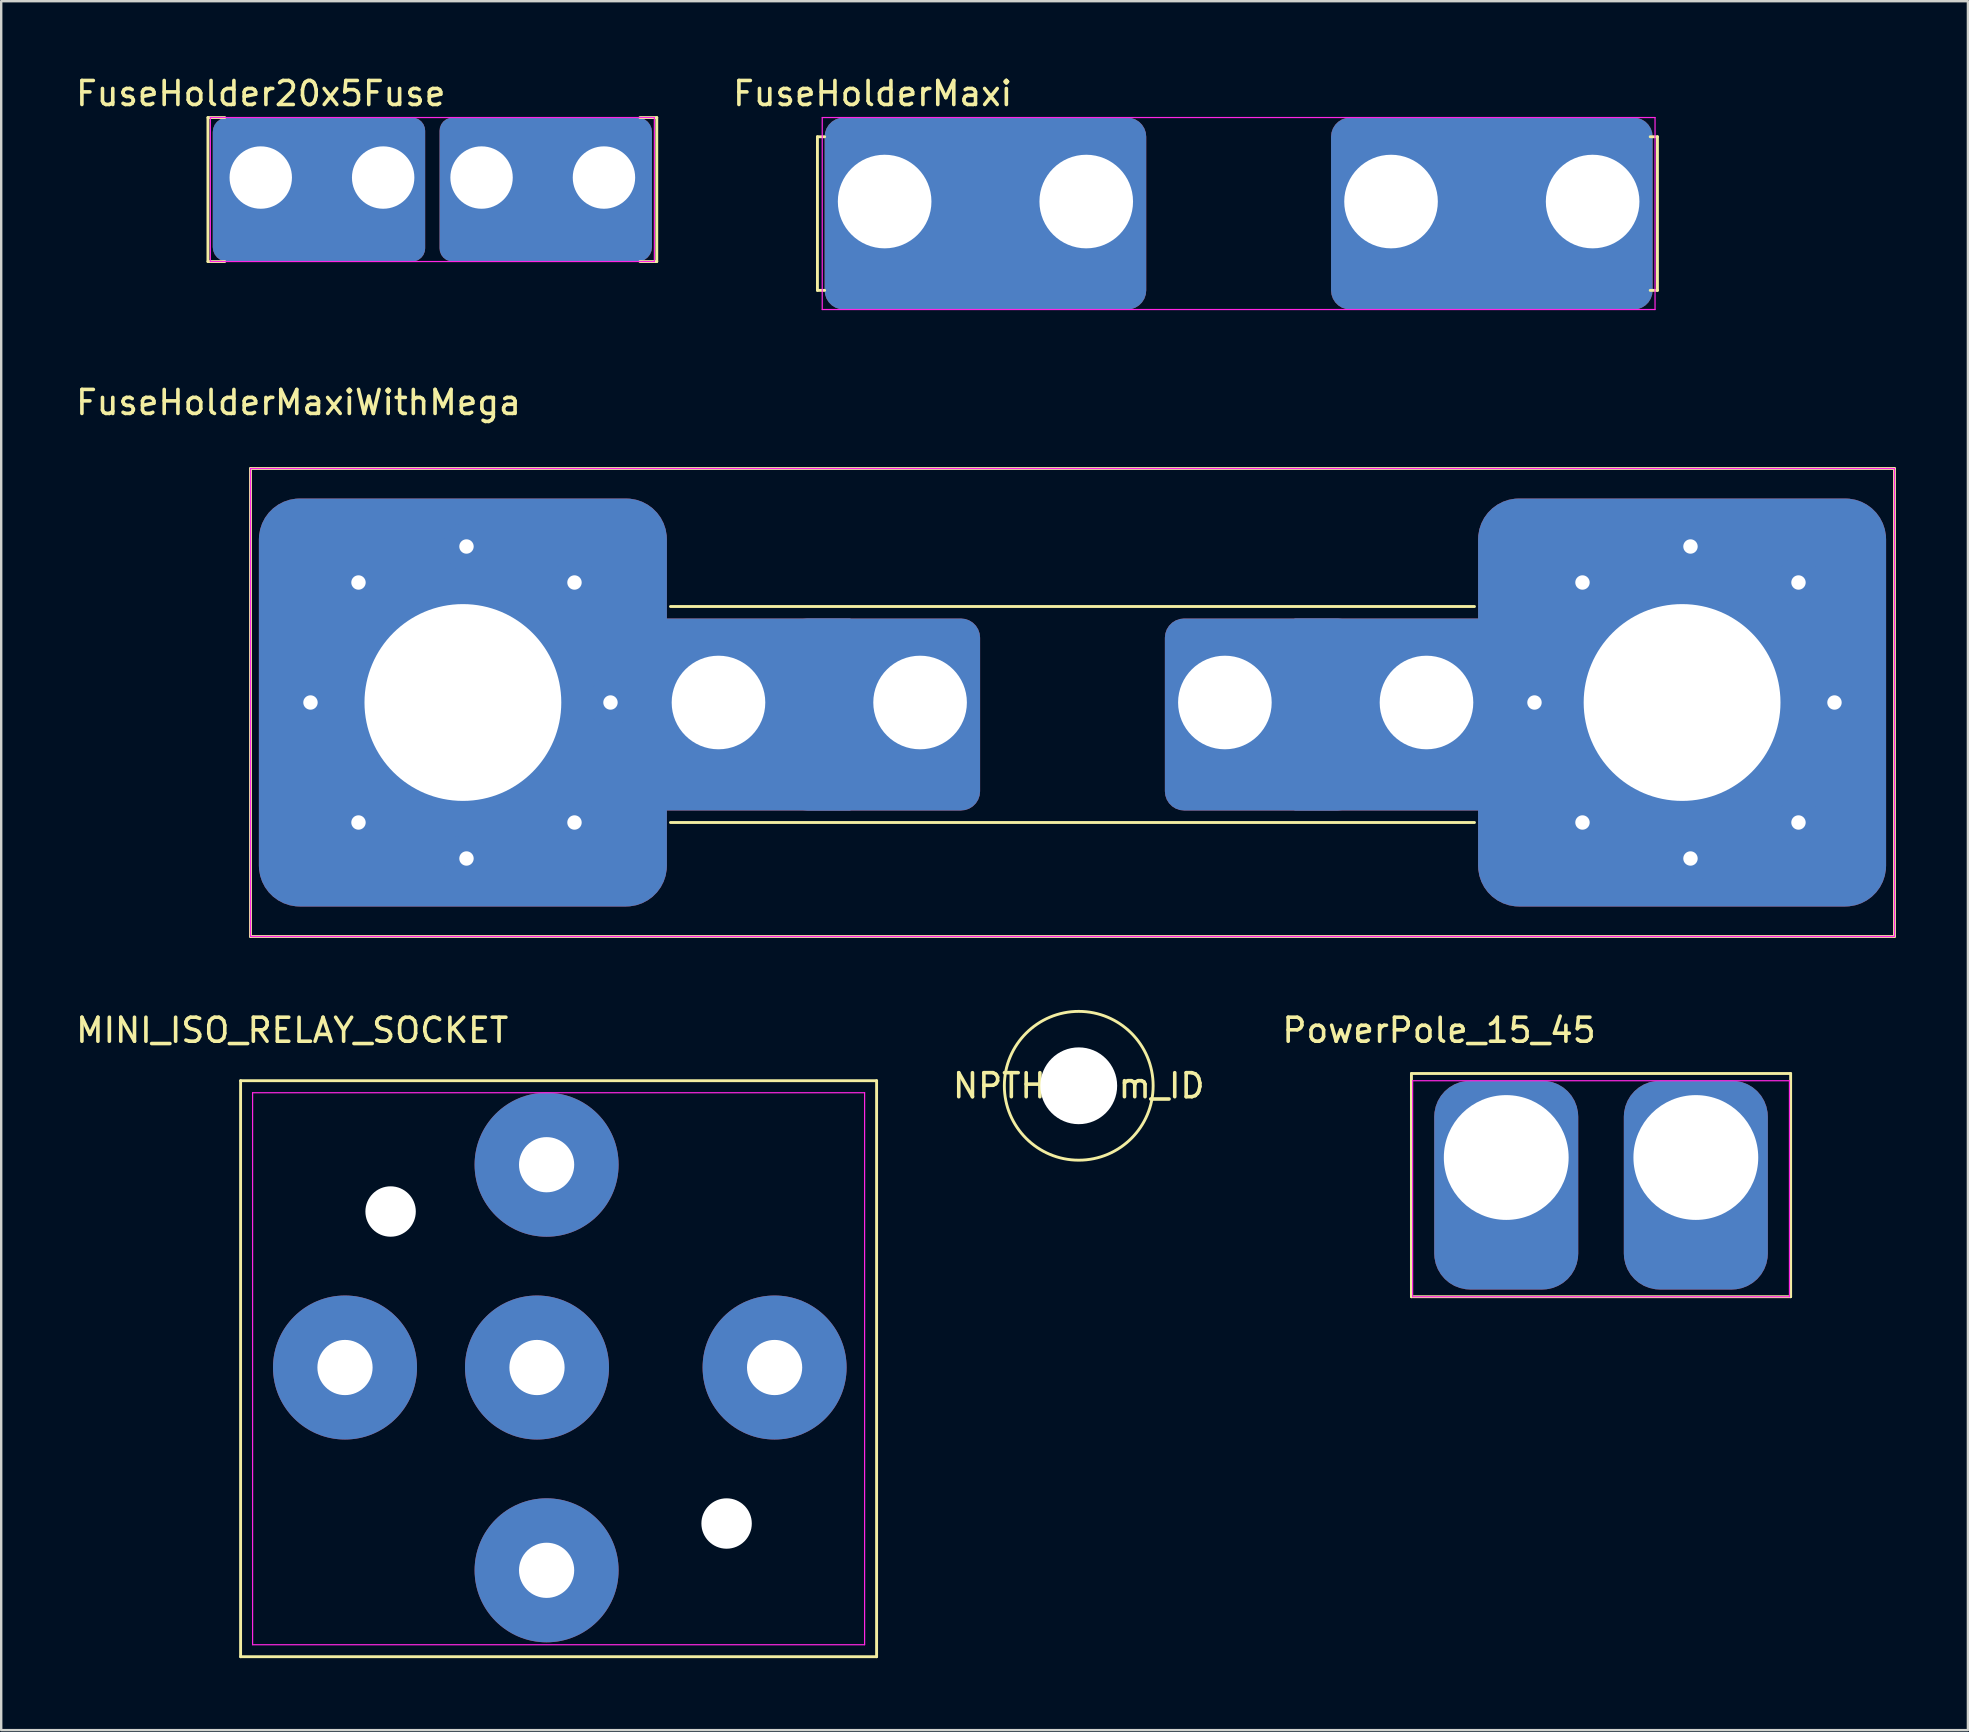
<source format=kicad_pcb>
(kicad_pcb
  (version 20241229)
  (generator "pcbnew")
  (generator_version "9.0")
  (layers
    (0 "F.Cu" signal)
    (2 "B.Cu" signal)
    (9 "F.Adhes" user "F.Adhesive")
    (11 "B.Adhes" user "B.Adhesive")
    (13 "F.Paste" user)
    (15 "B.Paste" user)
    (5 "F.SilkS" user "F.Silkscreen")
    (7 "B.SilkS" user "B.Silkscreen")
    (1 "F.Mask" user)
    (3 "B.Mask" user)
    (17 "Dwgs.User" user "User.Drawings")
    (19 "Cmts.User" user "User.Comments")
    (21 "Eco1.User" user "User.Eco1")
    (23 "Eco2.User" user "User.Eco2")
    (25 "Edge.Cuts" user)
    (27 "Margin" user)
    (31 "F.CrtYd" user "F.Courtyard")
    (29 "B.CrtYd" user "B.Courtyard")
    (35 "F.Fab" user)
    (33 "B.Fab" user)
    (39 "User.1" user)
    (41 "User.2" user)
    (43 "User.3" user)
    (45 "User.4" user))
  (footprint "FuseHolder20x5Fuse"
    (layer "F.Cu")
    (at 7.815 4.348)
    (property "Reference" "FuseHolder20x5Fuse" (at 0 -3.5 0) (layer "F.SilkS") (effects (font (size 1 1) (thickness 0.15))))
    (attr through_hole)
    (fp_line (start -2.2 -2.5) (end -1.5 -2.5) (stroke (width 0.12) (type solid)) (layer "F.SilkS"))
    (fp_line (start -2.2 3.5) (end -2.2 -2.5) (stroke (width 0.12) (type solid)) (layer "F.SilkS"))
    (fp_line (start -1.5 3.5) (end -2.2 3.5) (stroke (width 0.12) (type solid)) (layer "F.SilkS"))
    (fp_line (start 15.8 -2.5) (end 16.5 -2.5) (stroke (width 0.12) (type solid)) (layer "F.SilkS"))
    (fp_line (start 15.8 3.5) (end 16.5 3.5) (stroke (width 0.12) (type solid)) (layer "F.SilkS"))
    (fp_line (start 16.5 -2.5) (end 16.5 3.5) (stroke (width 0.12) (type solid)) (layer "F.SilkS"))
    (fp_line (start -2.1 -2.5) (end 16.4 -2.5) (stroke (width 0.05) (type solid)) (layer "F.CrtYd"))
    (fp_line (start -2.1 3.5) (end -2.1 -2.5) (stroke (width 0.05) (type solid)) (layer "F.CrtYd"))
    (fp_line (start 16.4 -2.5) (end 16.4 3.5) (stroke (width 0.05) (type solid)) (layer "F.CrtYd"))
    (fp_line (start 16.4 3.5) (end -2.1 3.5) (stroke (width 0.05) (type solid)) (layer "F.CrtYd"))
    (pad "1" thru_hole roundrect (at 0 0) (size 6 6) (drill 2.6 (offset 1 0.5)) (layers "*.Cu" "*.Mask") (roundrect_rratio 0.1))
    (pad "1" thru_hole roundrect (at 5.1 0) (size 5.5 6) (drill 2.6 (offset -1 0.5)) (layers "*.Cu" "*.Mask") (roundrect_rratio 0.1))
    (pad "2" thru_hole roundrect (at 9.2 0) (size 5.5 6) (drill 2.6 (offset 1 0.5)) (layers "*.Cu" "*.Mask") (roundrect_rratio 0.1))
    (pad "2" thru_hole roundrect (at 14.3 0) (size 6 6) (drill 2.6 (offset -1 0.5)) (layers "*.Cu" "*.Mask") (roundrect_rratio 0.1)))
  (footprint "NPTH_3mm_ID"
    (layer "F.Cu")
    (at 41.898 42.191)
    (property "Reference" "NPTH_3mm_ID" (at 0 0 0) (layer "F.SilkS") (effects (font (size 1 1) (thickness 0.15))))
    (attr through_hole)
    (fp_circle (center 0 0) (end 0 -3.1) (stroke (width 0.12) (type solid)) (fill no) (layer "F.SilkS"))
    (pad "" np_thru_hole circle (at 0 0) (size 3.2 3.2) (drill 3.2) (layers "*.Cu" "*.Mask")))
  (footprint "MINI_ISO_RELAY_SOCKET"
    (layer "F.Cu")
    (at 19.725 45.48)
    (property "Reference" "MINI_ISO_RELAY_SOCKET" (at -10.6 -5.6 0) (layer "F.SilkS") (effects (font (size 1 1) (thickness 0.15))))
    (attr through_hole)
    (fp_line (start -12.75 -3.5) (end -12.75 20.5) (stroke (width 0.12) (type solid)) (layer "F.SilkS"))
    (fp_line (start -12.75 -3.5) (end 13.75 -3.5) (stroke (width 0.12) (type solid)) (layer "F.SilkS"))
    (fp_line (start -12.75 20.5) (end 13.75 20.5) (stroke (width 0.12) (type solid)) (layer "F.SilkS"))
    (fp_line (start 13.75 -3.5) (end 13.75 20.5) (stroke (width 0.12) (type solid)) (layer "F.SilkS"))
    (fp_line (start -12.25 -3) (end 13.25 -3) (stroke (width 0.05) (type solid)) (layer "F.CrtYd"))
    (fp_line (start -12.25 20) (end -12.25 -3) (stroke (width 0.05) (type solid)) (layer "F.CrtYd"))
    (fp_line (start 13.25 -3) (end 13.25 20) (stroke (width 0.05) (type solid)) (layer "F.CrtYd"))
    (fp_line (start 13.25 20) (end -12.25 20) (stroke (width 0.05) (type solid)) (layer "F.CrtYd"))
    (pad "" np_thru_hole circle (at -6.5 1.95) (size 2.1 2.1) (drill 2.1) (layers "*.Cu" "*.Mask"))
    (pad "" np_thru_hole circle (at 7.5 14.95) (size 2.1 2.1) (drill 2.1) (layers "*.Cu" "*.Mask"))
    (pad "30" thru_hole circle (at 9.5 8.45) (size 6 6) (drill 2.3) (layers "*.Cu" "*.Mask"))
    (pad "85" thru_hole circle (at 0 16.9) (size 6 6) (drill 2.3) (layers "*.Cu" "*.Mask"))
    (pad "86" thru_hole circle (at 0 0) (size 6 6) (drill 2.3) (layers "*.Cu" "*.Mask"))
    (pad "87" thru_hole circle (at -8.4 8.45) (size 6 6) (drill 2.3) (layers "*.Cu" "*.Mask"))
    (pad "87a" thru_hole circle (at -0.4 8.45) (size 6 6) (drill 2.3) (layers "*.Cu" "*.Mask")))
  (footprint "PowerPole_15_45"
    (layer "F.Cu")
    (at 59.71 45.18)
    (property "Reference" "PowerPole_15_45" (at -2.8 -5.3 0) (layer "F.SilkS") (effects (font (size 1 1) (thickness 0.15))))
    (attr through_hole)
    (fp_line (start -3.95 -3.5) (end 11.85 -3.5) (stroke (width 0.12) (type solid)) (layer "F.SilkS"))
    (fp_line (start -3.95 5.8) (end -3.95 -3.5) (stroke (width 0.12) (type solid)) (layer "F.SilkS"))
    (fp_line (start 11.85 -3.5) (end 11.85 5.8) (stroke (width 0.12) (type solid)) (layer "F.SilkS"))
    (fp_line (start 11.85 5.8) (end -3.95 5.8) (stroke (width 0.12) (type solid)) (layer "F.SilkS"))
    (fp_line (start -3.9 -3.2) (end 11.8 -3.2) (stroke (width 0.05) (type solid)) (layer "F.CrtYd"))
    (fp_line (start -3.9 5.8) (end -3.9 -3.2) (stroke (width 0.05) (type solid)) (layer "F.CrtYd"))
    (fp_line (start 11.8 -3.2) (end 11.8 5.8) (stroke (width 0.05) (type solid)) (layer "F.CrtYd"))
    (fp_line (start 11.8 5.8) (end -3.9 5.8) (stroke (width 0.05) (type solid)) (layer "F.CrtYd"))
    (pad "1" thru_hole roundrect (at 0 0) (size 6 8.7) (drill 5.2 (offset 0 1.15)) (layers "*.Cu" "*.Mask") (roundrect_rratio 0.25))
    (pad "2" thru_hole roundrect (at 7.9 0) (size 6 8.7) (drill 5.2 (offset 0 1.15)) (layers "*.Cu" "*.Mask") (roundrect_rratio 0.25)))
  (footprint "FuseHolderMaxiWithMega"
    (layer "F.Cu")
    (at 26.887 26.221)
    (property "Reference" "FuseHolderMaxiWithMega" (at -17.5 -12.5 0) (layer "F.SilkS") (effects (font (size 1 1) (thickness 0.15))))
    (attr through_hole)
    (fp_line (start -19.5 -9.75) (end 49 -9.75) (stroke (width 0.12) (type solid)) (layer "F.SilkS"))
    (fp_line (start -19.5 9.75) (end -19.5 -9.75) (stroke (width 0.12) (type solid)) (layer "F.SilkS"))
    (fp_line (start -2 -4) (end 31.5 -4) (stroke (width 0.12) (type solid)) (layer "F.SilkS"))
    (fp_line (start 31.5 5) (end -2 5) (stroke (width 0.12) (type solid)) (layer "F.SilkS"))
    (fp_line (start 49 -9.75) (end 49 9.75) (stroke (width 0.12) (type solid)) (layer "F.SilkS"))
    (fp_line (start 49 9.75) (end -19.5 9.75) (stroke (width 0.12) (type solid)) (layer "F.SilkS"))
    (fp_line (start -19.5 -9.75) (end 49 -9.75) (stroke (width 0.05) (type solid)) (layer "F.CrtYd"))
    (fp_line (start -19.5 9.75) (end -19.5 -9.75) (stroke (width 0.05) (type solid)) (layer "F.CrtYd"))
    (fp_line (start 49 -9.75) (end 49 9.75) (stroke (width 0.05) (type solid)) (layer "F.CrtYd"))
    (fp_line (start 49 9.75) (end -19.5 9.75) (stroke (width 0.05) (type solid)) (layer "F.CrtYd"))
    (pad "1" thru_hole circle (at -17 0) (size 2 2) (drill 0.6) (layers "*.Cu" "*.Mask"))
    (pad "1" thru_hole circle (at -15 -5) (size 2 2) (drill 0.6) (layers "*.Cu" "*.Mask"))
    (pad "1" thru_hole circle (at -15 5) (size 2 2) (drill 0.6) (layers "*.Cu" "*.Mask"))
    (pad "1" thru_hole roundrect (at -10.65 0) (size 17 17) (drill 8.2) (layers "*.Cu" "*.Mask") (roundrect_rratio 0.1))
    (pad "1" thru_hole circle (at -10.5 -6.5) (size 2 2) (drill 0.6) (layers "*.Cu" "*.Mask"))
    (pad "1" thru_hole circle (at -10.5 6.5) (size 2 2) (drill 0.6) (layers "*.Cu" "*.Mask"))
    (pad "1" thru_hole circle (at -6 -5) (size 2 2) (drill 0.6) (layers "*.Cu" "*.Mask"))
    (pad "1" thru_hole circle (at -6 5) (size 2 2) (drill 0.6) (layers "*.Cu" "*.Mask"))
    (pad "1" thru_hole circle (at -4.5 0) (size 2 2) (drill 0.6) (layers "*.Cu" "*.Mask"))
    (pad "1" thru_hole rect (at 0 0) (size 8 8) (drill 3.9 (offset 1.5 0.5)) (layers "*.Cu" "*.Mask"))
    (pad "1" thru_hole roundrect (at 8.4 0) (size 8 8) (drill 3.9 (offset -1.5 0.5)) (layers "*.Cu" "*.Mask") (roundrect_rratio 0.1))
    (pad "2" thru_hole roundrect (at 21.1 0) (size 8 8) (drill 3.9 (offset 1.5 0.5)) (layers "*.Cu" "*.Mask") (roundrect_rratio 0.1))
    (pad "2" thru_hole rect (at 29.5 0) (size 8 8) (drill 3.9 (offset -1.5 0.5)) (layers "*.Cu" "*.Mask"))
    (pad "2" thru_hole circle (at 34 0) (size 2 2) (drill 0.6) (layers "*.Cu" "*.Mask"))
    (pad "2" thru_hole circle (at 36 -5) (size 2 2) (drill 0.6) (layers "*.Cu" "*.Mask"))
    (pad "2" thru_hole circle (at 36 5) (size 2 2) (drill 0.6) (layers "*.Cu" "*.Mask"))
    (pad "2" thru_hole roundrect (at 40.15 0) (size 17 17) (drill 8.2) (layers "*.Cu" "*.Mask") (roundrect_rratio 0.1))
    (pad "2" thru_hole circle (at 40.5 -6.5) (size 2 2) (drill 0.6) (layers "*.Cu" "*.Mask"))
    (pad "2" thru_hole circle (at 40.5 6.5) (size 2 2) (drill 0.6) (layers "*.Cu" "*.Mask"))
    (pad "2" thru_hole circle (at 45 -5) (size 2 2) (drill 0.6) (layers "*.Cu" "*.Mask"))
    (pad "2" thru_hole circle (at 45 5) (size 2 2) (drill 0.6) (layers "*.Cu" "*.Mask"))
    (pad "2" thru_hole circle (at 46.5 0) (size 2 2) (drill 0.6) (layers "*.Cu" "*.Mask")))
  (footprint "FuseHolderMaxi"
    (layer "F.Cu")
    (at 33.81 5.348)
    (property "Reference" "FuseHolderMaxi" (at -0.5 -4.5 0) (layer "F.SilkS") (effects (font (size 1 1) (thickness 0.15))))
    (attr through_hole)
    (fp_line (start -2.8 -2.7) (end -2.5 -2.7) (stroke (width 0.12) (type solid)) (layer "F.SilkS"))
    (fp_line (start -2.8 3.7) (end -2.8 -2.7) (stroke (width 0.12) (type solid)) (layer "F.SilkS"))
    (fp_line (start -2.5 3.7) (end -2.8 3.7) (stroke (width 0.12) (type solid)) (layer "F.SilkS"))
    (fp_line (start 32.2 -2.7) (end 31.9 -2.7) (stroke (width 0.12) (type solid)) (layer "F.SilkS"))
    (fp_line (start 32.2 -2.7) (end 32.2 3.7) (stroke (width 0.12) (type solid)) (layer "F.SilkS"))
    (fp_line (start 32.2 3.7) (end 31.9 3.7) (stroke (width 0.12) (type solid)) (layer "F.SilkS"))
    (fp_line (start -2.6 -3.5) (end 32.1 -3.5) (stroke (width 0.05) (type solid)) (layer "F.CrtYd"))
    (fp_line (start -2.6 4.5) (end -2.6 -3.5) (stroke (width 0.05) (type solid)) (layer "F.CrtYd"))
    (fp_line (start 32.1 -3.5) (end 32.1 4.5) (stroke (width 0.05) (type solid)) (layer "F.CrtYd"))
    (fp_line (start 32.1 4.5) (end -2.6 4.5) (stroke (width 0.05) (type solid)) (layer "F.CrtYd"))
    (pad "1" thru_hole roundrect (at 0 0) (size 8 8) (drill 3.9 (offset 1.5 0.5)) (layers "*.Cu" "*.Mask") (roundrect_rratio 0.1))
    (pad "1" thru_hole roundrect (at 8.4 0) (size 8 8) (drill 3.9 (offset -1.5 0.5)) (layers "*.Cu" "*.Mask") (roundrect_rratio 0.1))
    (pad "2" thru_hole roundrect (at 21.1 0) (size 8 8) (drill 3.9 (offset 1.5 0.5)) (layers "*.Cu" "*.Mask") (roundrect_rratio 0.1))
    (pad "2" thru_hole roundrect (at 29.5 0) (size 8 8) (drill 3.9 (offset -1.5 0.5)) (layers "*.Cu" "*.Mask") (roundrect_rratio 0.1)))
  (gr_rect
    (start -3 -3)
    (end 78.947 69.04)
    (stroke (width 0.1) (type default))
    (fill no)
    (layer "Edge.Cuts")))
</source>
